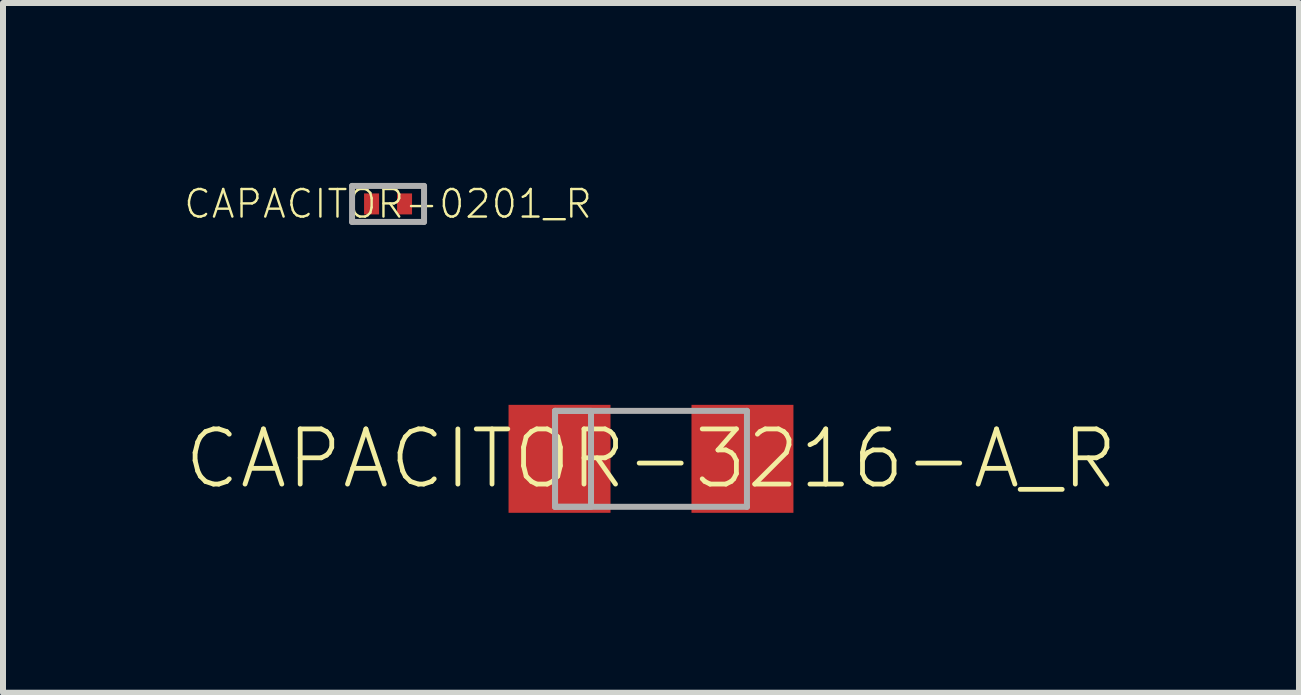
<source format=kicad_pcb>
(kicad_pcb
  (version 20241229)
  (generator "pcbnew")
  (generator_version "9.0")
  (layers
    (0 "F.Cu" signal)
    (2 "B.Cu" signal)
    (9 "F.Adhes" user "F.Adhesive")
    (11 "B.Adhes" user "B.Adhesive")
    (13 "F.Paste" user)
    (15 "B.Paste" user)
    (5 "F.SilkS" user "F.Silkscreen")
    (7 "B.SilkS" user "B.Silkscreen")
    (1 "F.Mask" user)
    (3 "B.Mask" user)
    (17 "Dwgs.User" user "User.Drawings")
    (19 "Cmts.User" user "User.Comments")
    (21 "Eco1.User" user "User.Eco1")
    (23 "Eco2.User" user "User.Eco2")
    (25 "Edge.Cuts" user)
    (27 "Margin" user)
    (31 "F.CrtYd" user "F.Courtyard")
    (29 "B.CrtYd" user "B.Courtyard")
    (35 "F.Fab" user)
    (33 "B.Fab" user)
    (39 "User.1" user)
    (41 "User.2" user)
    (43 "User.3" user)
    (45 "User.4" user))
  (footprint "CAPACITOR-3216-A_R"
    (layer "F.Cu")
    (at 7.804 4.6)
    (property "Reference" "CAPACITOR-3216-A_R" (at 0 0 0) (unlocked yes) (layer "F.SilkS") (effects (font (size 0.92 0.92) (thickness 0.08))))
    (fp_line (start -1.6 -0.8) (end -1.6 0.8) (stroke (width 0.1) (type solid)) (layer "F.Fab"))
    (fp_line (start -1.6 -0.8) (end 1.6 -0.8) (stroke (width 0.1) (type solid)) (layer "F.Fab"))
    (fp_line (start -1.6 0.8) (end 1.6 0.8) (stroke (width 0.1) (type solid)) (layer "F.Fab"))
    (fp_line (start 1.6 -0.8) (end 1.6 0.8) (stroke (width 0.1) (type solid)) (layer "F.Fab"))
    (fp_poly (pts (xy -1.6 0.8) (xy -1 0.8) (xy -1 -0.8) (xy -1.6 -0.8)) (stroke (width 0.1) (type default)) (fill no) (layer "F.Fab"))
    (pad "A" smd rect (at -1.525 0) (size 1.7 1.8) (layers "F.Cu" "F.Mask" "F.Paste"))
    (pad "C" smd rect (at 1.525 0) (size 1.7 1.8) (layers "F.Cu" "F.Mask" "F.Paste")))
  (footprint "CAPACITOR-0201_R"
    (layer "F.Cu")
    (at 3.42 0.35)
    (property "Reference" "CAPACITOR-0201_R" (at 0 0 0) (unlocked yes) (layer "F.SilkS") (effects (font (size 0.46 0.46) (thickness 0.04))))
    (fp_line (start -0.6 -0.3) (end 0.6 -0.3) (stroke (width 0.1) (type solid)) (layer "F.Fab"))
    (fp_line (start -0.6 0.3) (end -0.6 -0.3) (stroke (width 0.1) (type solid)) (layer "F.Fab"))
    (fp_line (start 0.6 -0.3) (end 0.6 0.3) (stroke (width 0.1) (type solid)) (layer "F.Fab"))
    (fp_line (start 0.6 0.3) (end -0.6 0.3) (stroke (width 0.1) (type solid)) (layer "F.Fab"))
    (pad "1" smd rect (at -0.275 0) (size 0.25 0.35) (layers "F.Cu" "F.Mask" "F.Paste"))
    (pad "2" smd rect (at 0.275 0) (size 0.25 0.35) (layers "F.Cu" "F.Mask" "F.Paste")))
  (gr_rect
    (start -3 -3)
    (end 18.608 8.5)
    (stroke (width 0.1) (type default))
    (fill no)
    (layer "Edge.Cuts")))
</source>
